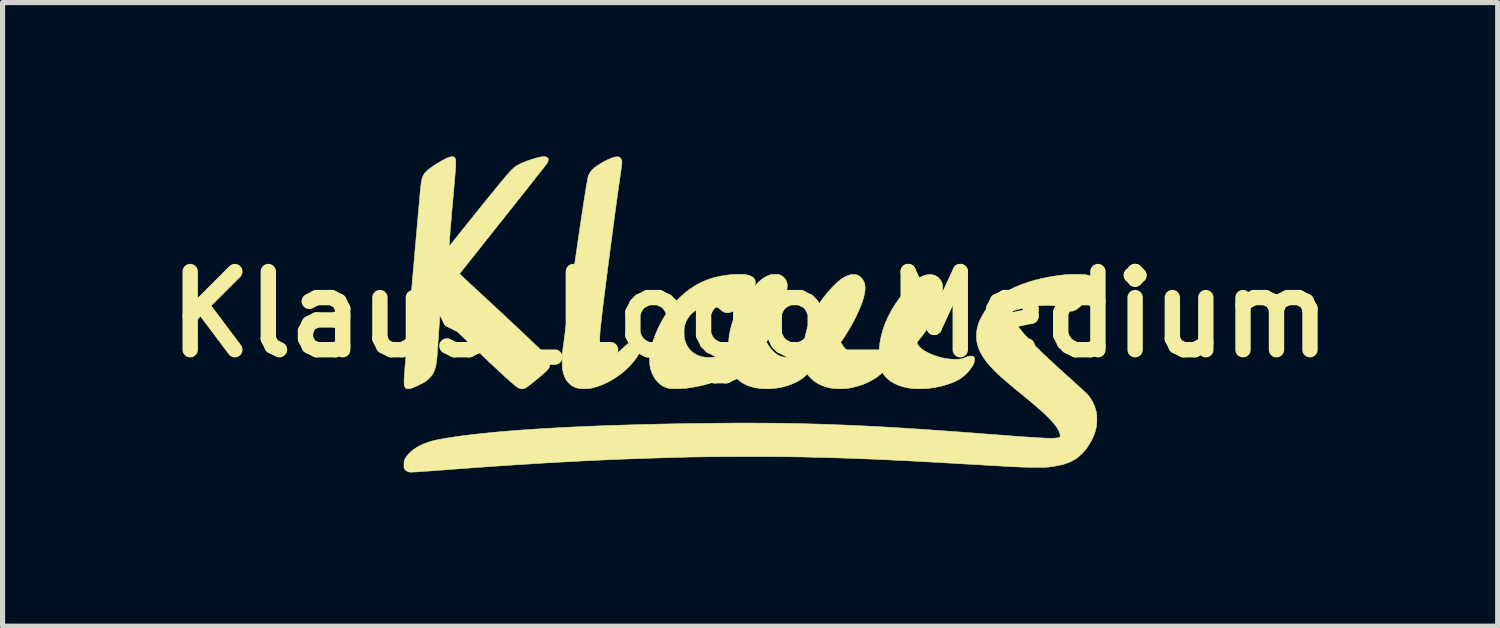
<source format=kicad_pcb>
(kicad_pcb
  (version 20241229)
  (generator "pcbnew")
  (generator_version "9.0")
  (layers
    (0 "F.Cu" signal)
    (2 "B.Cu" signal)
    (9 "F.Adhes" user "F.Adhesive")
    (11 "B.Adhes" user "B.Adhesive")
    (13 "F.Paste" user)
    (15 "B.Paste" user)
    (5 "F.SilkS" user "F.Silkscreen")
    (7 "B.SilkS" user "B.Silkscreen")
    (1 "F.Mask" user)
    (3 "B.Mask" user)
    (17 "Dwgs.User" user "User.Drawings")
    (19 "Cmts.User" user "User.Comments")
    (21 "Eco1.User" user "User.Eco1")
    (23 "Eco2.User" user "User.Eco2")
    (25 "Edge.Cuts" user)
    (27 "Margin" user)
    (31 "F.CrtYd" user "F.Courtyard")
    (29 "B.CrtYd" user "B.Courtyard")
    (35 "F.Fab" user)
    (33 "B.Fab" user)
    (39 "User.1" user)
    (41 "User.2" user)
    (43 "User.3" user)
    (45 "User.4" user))
  (footprint "Klaus_Logo_Medium"
    (layer "F.Cu")
    (at 11.582 3.082)
    (property "Reference" "Klaus_Logo_Medium" (at 0 0 0) (layer "F.SilkS") (effects (font (size 1.524 1.524) (thickness 0.3))))
    (attr through_hole)
    (fp_poly (pts (xy -2.567 -3.072) (xy -2.555 -3.068) (xy -2.536 -3.056) (xy -2.519 -3.037) (xy -2.507 -3.014) (xy -2.504 -3.006) (xy -2.502 -2.997) (xy -2.501 -2.986) (xy -2.5 -2.972) (xy -2.501 -2.955) (xy -2.503 -2.934) (xy -2.505 -2.907) (xy -2.51 -2.874) (xy -2.515 -2.834) (xy -2.522 -2.785) (xy -2.529 -2.736) (xy -2.542 -2.647) (xy -2.556 -2.551) (xy -2.57 -2.448) (xy -2.585 -2.339) (xy -2.601 -2.226) (xy -2.617 -2.107) (xy -2.634 -1.985) (xy -2.651 -1.86) (xy -2.668 -1.731) (xy -2.685 -1.601) (xy -2.702 -1.47) (xy -2.72 -1.338) (xy -2.737 -1.206) (xy -2.754 -1.075) (xy -2.771 -0.945) (xy -2.787 -0.817) (xy -2.803 -0.692) (xy -2.819 -0.57) (xy -2.834 -0.452) (xy -2.848 -0.339) (xy -2.861 -0.231) (xy -2.874 -0.128) (xy -2.885 -0.033) (xy -2.895 0.055) (xy -2.905 0.136) (xy -2.913 0.208) (xy -2.92 0.27) (xy -2.922 0.287) (xy -2.928 0.362) (xy -2.932 0.43) (xy -2.933 0.493) (xy -2.931 0.548) (xy -2.926 0.595) (xy -2.922 0.616) (xy -2.907 0.671) (xy -2.888 0.716) (xy -2.863 0.753) (xy -2.834 0.782) (xy -2.799 0.802) (xy -2.774 0.811) (xy -2.754 0.816) (xy -2.737 0.817) (xy -2.718 0.815) (xy -2.711 0.814) (xy -2.692 0.809) (xy -2.674 0.804) (xy -2.655 0.796) (xy -2.636 0.785) (xy -2.614 0.771) (xy -2.59 0.753) (xy -2.562 0.731) (xy -2.529 0.703) (xy -2.491 0.669) (xy -2.455 0.636) (xy -2.411 0.597) (xy -2.373 0.563) (xy -2.341 0.536) (xy -2.315 0.513) (xy -2.292 0.494) (xy -2.272 0.48) (xy -2.256 0.468) (xy -2.24 0.458) (xy -2.227 0.453) (xy -2.213 0.45) (xy -2.194 0.45) (xy -2.192 0.45) (xy -2.164 0.452) (xy -2.143 0.459) (xy -2.127 0.473) (xy -2.113 0.496) (xy -2.112 0.497) (xy -2.104 0.523) (xy -2.1 0.555) (xy -2.101 0.591) (xy -2.107 0.628) (xy -2.115 0.657) (xy -2.139 0.716) (xy -2.172 0.777) (xy -2.213 0.841) (xy -2.262 0.907) (xy -2.317 0.973) (xy -2.379 1.038) (xy -2.38 1.039) (xy -2.453 1.107) (xy -2.532 1.171) (xy -2.616 1.23) (xy -2.703 1.284) (xy -2.793 1.332) (xy -2.883 1.373) (xy -2.973 1.406) (xy -3.06 1.431) (xy -3.093 1.438) (xy -3.128 1.444) (xy -3.168 1.448) (xy -3.211 1.45) (xy -3.252 1.451) (xy -3.291 1.45) (xy -3.323 1.448) (xy -3.336 1.446) (xy -3.393 1.431) (xy -3.444 1.411) (xy -3.489 1.383) (xy -3.53 1.347) (xy -3.531 1.346) (xy -3.566 1.307) (xy -3.595 1.264) (xy -3.619 1.216) (xy -3.638 1.161) (xy -3.653 1.101) (xy -3.657 1.084) (xy -3.66 1.069) (xy -3.662 1.052) (xy -3.663 1.034) (xy -3.664 1.011) (xy -3.665 0.983) (xy -3.665 0.948) (xy -3.665 0.912) (xy -3.665 0.775) (xy -3.633 0.538) (xy -3.613 0.387) (xy -3.592 0.235) (xy -3.571 0.084) (xy -3.55 -0.068) (xy -3.529 -0.218) (xy -3.509 -0.368) (xy -3.488 -0.516) (xy -3.467 -0.662) (xy -3.447 -0.806) (xy -3.427 -0.947) (xy -3.407 -1.086) (xy -3.387 -1.221) (xy -3.368 -1.353) (xy -3.35 -1.481) (xy -3.331 -1.605) (xy -3.314 -1.723) (xy -3.297 -1.837) (xy -3.281 -1.946) (xy -3.265 -2.049) (xy -3.25 -2.145) (xy -3.236 -2.236) (xy -3.223 -2.319) (xy -3.211 -2.396) (xy -3.2 -2.465) (xy -3.189 -2.526) (xy -3.18 -2.579) (xy -3.172 -2.623) (xy -3.165 -2.659) (xy -3.16 -2.685) (xy -3.155 -2.701) (xy -3.154 -2.705) (xy -3.133 -2.75) (xy -3.102 -2.794) (xy -3.062 -2.836) (xy -3.036 -2.86) (xy -2.98 -2.901) (xy -2.917 -2.942) (xy -2.846 -2.982) (xy -2.771 -3.019) (xy -2.708 -3.046) (xy -2.666 -3.061) (xy -2.627 -3.07) (xy -2.594 -3.074) (xy -2.567 -3.072)) (stroke (width 0.01) (type solid)) (fill yes) (layer "F.SilkS"))
    (fp_poly (pts (xy -5.785 -3.073) (xy -5.769 -3.063) (xy -5.764 -3.058) (xy -5.758 -3.05) (xy -5.753 -3.042) (xy -5.749 -3.032) (xy -5.746 -3.019) (xy -5.743 -3.004) (xy -5.742 -2.985) (xy -5.741 -2.963) (xy -5.742 -2.935) (xy -5.743 -2.902) (xy -5.745 -2.863) (xy -5.748 -2.817) (xy -5.752 -2.763) (xy -5.757 -2.702) (xy -5.763 -2.632) (xy -5.77 -2.552) (xy -5.771 -2.54) (xy -5.773 -2.513) (xy -5.776 -2.477) (xy -5.78 -2.433) (xy -5.785 -2.384) (xy -5.789 -2.329) (xy -5.794 -2.272) (xy -5.8 -2.212) (xy -5.805 -2.152) (xy -5.809 -2.106) (xy -5.819 -1.995) (xy -5.827 -1.895) (xy -5.835 -1.803) (xy -5.842 -1.721) (xy -5.848 -1.648) (xy -5.853 -1.584) (xy -5.857 -1.527) (xy -5.861 -1.479) (xy -5.863 -1.438) (xy -5.865 -1.404) (xy -5.867 -1.377) (xy -5.867 -1.357) (xy -5.867 -1.343) (xy -5.866 -1.335) (xy -5.864 -1.333) (xy -5.864 -1.333) (xy -5.86 -1.338) (xy -5.85 -1.35) (xy -5.835 -1.369) (xy -5.815 -1.394) (xy -5.79 -1.425) (xy -5.762 -1.461) (xy -5.729 -1.501) (xy -5.694 -1.546) (xy -5.656 -1.593) (xy -5.615 -1.644) (xy -5.573 -1.697) (xy -5.567 -1.704) (xy -5.478 -1.816) (xy -5.392 -1.923) (xy -5.309 -2.026) (xy -5.23 -2.124) (xy -5.155 -2.217) (xy -5.084 -2.304) (xy -5.017 -2.386) (xy -4.955 -2.462) (xy -4.898 -2.532) (xy -4.846 -2.595) (xy -4.799 -2.651) (xy -4.758 -2.699) (xy -4.725 -2.738) (xy -4.685 -2.783) (xy -4.649 -2.821) (xy -4.614 -2.853) (xy -4.58 -2.881) (xy -4.543 -2.905) (xy -4.503 -2.927) (xy -4.457 -2.949) (xy -4.404 -2.971) (xy -4.387 -2.978) (xy -4.342 -2.995) (xy -4.295 -3.011) (xy -4.246 -3.027) (xy -4.197 -3.042) (xy -4.151 -3.054) (xy -4.108 -3.065) (xy -4.072 -3.072) (xy -4.044 -3.076) (xy -4.007 -3.077) (xy -3.977 -3.069) (xy -3.953 -3.055) (xy -3.951 -3.052) (xy -3.942 -3.043) (xy -3.938 -3.034) (xy -3.937 -3.022) (xy -3.938 -3.008) (xy -3.945 -2.975) (xy -3.954 -2.955) (xy -3.958 -2.949) (xy -3.969 -2.936) (xy -3.985 -2.915) (xy -4.006 -2.887) (xy -4.033 -2.852) (xy -4.065 -2.812) (xy -4.102 -2.765) (xy -4.143 -2.713) (xy -4.189 -2.655) (xy -4.238 -2.593) (xy -4.291 -2.526) (xy -4.347 -2.454) (xy -4.407 -2.379) (xy -4.469 -2.3) (xy -4.535 -2.218) (xy -4.602 -2.133) (xy -4.672 -2.045) (xy -4.743 -1.955) (xy -4.814 -1.866) (xy -4.887 -1.774) (xy -4.958 -1.685) (xy -5.027 -1.598) (xy -5.094 -1.513) (xy -5.159 -1.432) (xy -5.221 -1.354) (xy -5.28 -1.279) (xy -5.336 -1.209) (xy -5.388 -1.143) (xy -5.437 -1.082) (xy -5.482 -1.025) (xy -5.522 -0.974) (xy -5.558 -0.929) (xy -5.589 -0.89) (xy -5.616 -0.857) (xy -5.636 -0.83) (xy -5.652 -0.811) (xy -5.661 -0.799) (xy -5.665 -0.794) (xy -5.665 -0.794) (xy -5.663 -0.79) (xy -5.653 -0.779) (xy -5.637 -0.762) (xy -5.613 -0.739) (xy -5.582 -0.709) (xy -5.543 -0.673) (xy -5.497 -0.63) (xy -5.445 -0.581) (xy -5.317 -0.463) (xy -5.193 -0.349) (xy -5.075 -0.239) (xy -4.961 -0.134) (xy -4.853 -0.033) (xy -4.75 0.064) (xy -4.652 0.155) (xy -4.56 0.241) (xy -4.473 0.323) (xy -4.392 0.399) (xy -4.317 0.47) (xy -4.249 0.535) (xy -4.186 0.595) (xy -4.13 0.648) (xy -4.081 0.696) (xy -4.038 0.738) (xy -4.002 0.774) (xy -3.973 0.803) (xy -3.952 0.826) (xy -3.937 0.842) (xy -3.934 0.846) (xy -3.921 0.87) (xy -3.912 0.9) (xy -3.908 0.934) (xy -3.907 0.97) (xy -3.911 1.004) (xy -3.92 1.035) (xy -3.923 1.043) (xy -3.932 1.058) (xy -3.946 1.076) (xy -3.965 1.096) (xy -3.99 1.121) (xy -4.02 1.149) (xy -4.057 1.181) (xy -4.101 1.218) (xy -4.153 1.261) (xy -4.184 1.285) (xy -4.226 1.32) (xy -4.262 1.349) (xy -4.292 1.372) (xy -4.317 1.391) (xy -4.336 1.406) (xy -4.353 1.418) (xy -4.366 1.426) (xy -4.377 1.433) (xy -4.387 1.438) (xy -4.397 1.442) (xy -4.4 1.444) (xy -4.435 1.452) (xy -4.469 1.452) (xy -4.505 1.442) (xy -4.541 1.422) (xy -4.576 1.396) (xy -4.591 1.382) (xy -4.612 1.365) (xy -4.636 1.344) (xy -4.66 1.324) (xy -4.664 1.32) (xy -4.691 1.298) (xy -4.723 1.268) (xy -4.763 1.233) (xy -4.81 1.19) (xy -4.863 1.141) (xy -4.923 1.085) (xy -4.99 1.022) (xy -5.064 0.952) (xy -5.145 0.876) (xy -5.233 0.792) (xy -5.329 0.702) (xy -5.431 0.605) (xy -5.54 0.501) (xy -5.657 0.39) (xy -5.781 0.271) (xy -5.826 0.228) (xy -5.866 0.19) (xy -5.903 0.154) (xy -5.938 0.122) (xy -5.969 0.092) (xy -5.996 0.067) (xy -6.018 0.046) (xy -6.035 0.031) (xy -6.045 0.021) (xy -6.049 0.018) (xy -6.049 0.018) (xy -6.05 0.023) (xy -6.051 0.038) (xy -6.053 0.061) (xy -6.055 0.091) (xy -6.058 0.128) (xy -6.061 0.172) (xy -6.065 0.22) (xy -6.068 0.272) (xy -6.072 0.328) (xy -6.073 0.349) (xy -6.079 0.435) (xy -6.085 0.512) (xy -6.089 0.58) (xy -6.093 0.64) (xy -6.097 0.693) (xy -6.1 0.738) (xy -6.103 0.778) (xy -6.106 0.812) (xy -6.108 0.841) (xy -6.111 0.866) (xy -6.113 0.888) (xy -6.115 0.907) (xy -6.117 0.923) (xy -6.119 0.938) (xy -6.12 0.945) (xy -6.133 1.017) (xy -6.152 1.082) (xy -6.177 1.14) (xy -6.21 1.192) (xy -6.25 1.24) (xy -6.298 1.283) (xy -6.342 1.316) (xy -6.358 1.326) (xy -6.382 1.339) (xy -6.412 1.354) (xy -6.445 1.37) (xy -6.479 1.387) (xy -6.514 1.402) (xy -6.546 1.417) (xy -6.574 1.428) (xy -6.596 1.437) (xy -6.598 1.438) (xy -6.637 1.449) (xy -6.668 1.453) (xy -6.693 1.451) (xy -6.712 1.442) (xy -6.715 1.44) (xy -6.725 1.43) (xy -6.733 1.418) (xy -6.74 1.402) (xy -6.745 1.383) (xy -6.748 1.359) (xy -6.749 1.329) (xy -6.749 1.293) (xy -6.748 1.25) (xy -6.745 1.199) (xy -6.741 1.139) (xy -6.739 1.118) (xy -6.736 1.078) (xy -6.732 1.028) (xy -6.727 0.969) (xy -6.721 0.902) (xy -6.715 0.827) (xy -6.708 0.745) (xy -6.7 0.656) (xy -6.692 0.56) (xy -6.684 0.459) (xy -6.675 0.353) (xy -6.665 0.242) (xy -6.655 0.127) (xy -6.645 0.008) (xy -6.634 -0.113) (xy -6.624 -0.237) (xy -6.613 -0.363) (xy -6.602 -0.491) (xy -6.591 -0.619) (xy -6.58 -0.747) (xy -6.568 -0.875) (xy -6.557 -1.002) (xy -6.546 -1.127) (xy -6.536 -1.251) (xy -6.525 -1.372) (xy -6.515 -1.49) (xy -6.505 -1.605) (xy -6.495 -1.715) (xy -6.485 -1.821) (xy -6.477 -1.921) (xy -6.468 -2.016) (xy -6.46 -2.104) (xy -6.453 -2.185) (xy -6.446 -2.259) (xy -6.441 -2.325) (xy -6.435 -2.382) (xy -6.431 -2.428) (xy -6.425 -2.491) (xy -6.418 -2.545) (xy -6.411 -2.591) (xy -6.403 -2.631) (xy -6.393 -2.665) (xy -6.382 -2.694) (xy -6.369 -2.721) (xy -6.353 -2.745) (xy -6.334 -2.768) (xy -6.312 -2.792) (xy -6.31 -2.794) (xy -6.281 -2.82) (xy -6.244 -2.849) (xy -6.201 -2.88) (xy -6.153 -2.913) (xy -6.101 -2.945) (xy -6.046 -2.977) (xy -5.991 -3.008) (xy -5.946 -3.031) (xy -5.901 -3.052) (xy -5.863 -3.066) (xy -5.831 -3.075) (xy -5.805 -3.077) (xy -5.785 -3.073)) (stroke (width 0.01) (type solid)) (fill yes) (layer "F.SilkS"))
    (fp_poly (pts (xy 6.412 -0.78) (xy 6.453 -0.779) (xy 6.487 -0.778) (xy 6.515 -0.777) (xy 6.54 -0.774) (xy 6.562 -0.77) (xy 6.583 -0.765) (xy 6.605 -0.759) (xy 6.63 -0.751) (xy 6.645 -0.746) (xy 6.686 -0.729) (xy 6.719 -0.711) (xy 6.743 -0.691) (xy 6.759 -0.669) (xy 6.766 -0.644) (xy 6.766 -0.615) (xy 6.757 -0.582) (xy 6.74 -0.544) (xy 6.715 -0.501) (xy 6.683 -0.452) (xy 6.628 -0.376) (xy 6.577 -0.309) (xy 6.53 -0.25) (xy 6.485 -0.2) (xy 6.444 -0.159) (xy 6.406 -0.125) (xy 6.37 -0.098) (xy 6.336 -0.079) (xy 6.304 -0.067) (xy 6.276 -0.062) (xy 6.251 -0.061) (xy 6.23 -0.063) (xy 6.211 -0.069) (xy 6.19 -0.079) (xy 6.165 -0.096) (xy 6.163 -0.096) (xy 6.127 -0.118) (xy 6.089 -0.136) (xy 6.046 -0.15) (xy 5.997 -0.161) (xy 5.942 -0.169) (xy 5.878 -0.174) (xy 5.85 -0.176) (xy 5.783 -0.177) (xy 5.71 -0.174) (xy 5.631 -0.168) (xy 5.55 -0.16) (xy 5.467 -0.148) (xy 5.386 -0.134) (xy 5.307 -0.118) (xy 5.235 -0.1) (xy 5.214 -0.094) (xy 5.181 -0.085) (xy 5.156 -0.077) (xy 5.139 -0.071) (xy 5.127 -0.065) (xy 5.12 -0.06) (xy 5.116 -0.053) (xy 5.114 -0.046) (xy 5.114 -0.046) (xy 5.111 -0.014) (xy 5.115 0.02) (xy 5.126 0.058) (xy 5.144 0.1) (xy 5.17 0.147) (xy 5.202 0.197) (xy 5.237 0.248) (xy 5.279 0.302) (xy 5.325 0.359) (xy 5.378 0.42) (xy 5.437 0.485) (xy 5.502 0.554) (xy 5.574 0.627) (xy 5.653 0.705) (xy 5.739 0.789) (xy 5.833 0.877) (xy 5.934 0.97) (xy 6.042 1.07) (xy 6.104 1.125) (xy 6.174 1.188) (xy 6.237 1.245) (xy 6.293 1.296) (xy 6.343 1.341) (xy 6.388 1.381) (xy 6.426 1.416) (xy 6.46 1.448) (xy 6.49 1.475) (xy 6.515 1.499) (xy 6.537 1.519) (xy 6.555 1.537) (xy 6.571 1.553) (xy 6.584 1.567) (xy 6.595 1.579) (xy 6.605 1.591) (xy 6.614 1.602) (xy 6.622 1.612) (xy 6.63 1.623) (xy 6.631 1.625) (xy 6.673 1.691) (xy 6.709 1.764) (xy 6.737 1.842) (xy 6.755 1.91) (xy 6.759 1.941) (xy 6.763 1.98) (xy 6.764 2.023) (xy 6.764 2.069) (xy 6.763 2.114) (xy 6.76 2.156) (xy 6.755 2.193) (xy 6.752 2.209) (xy 6.732 2.288) (xy 6.704 2.365) (xy 6.67 2.441) (xy 6.627 2.518) (xy 6.576 2.597) (xy 6.568 2.609) (xy 6.542 2.642) (xy 6.511 2.678) (xy 6.475 2.715) (xy 6.439 2.75) (xy 6.403 2.782) (xy 6.369 2.808) (xy 6.357 2.816) (xy 6.292 2.855) (xy 6.221 2.888) (xy 6.144 2.916) (xy 6.06 2.939) (xy 5.967 2.957) (xy 5.959 2.958) (xy 5.92 2.965) (xy 5.887 2.97) (xy 5.858 2.974) (xy 5.832 2.977) (xy 5.807 2.98) (xy 5.782 2.982) (xy 5.755 2.983) (xy 5.724 2.984) (xy 5.688 2.984) (xy 5.645 2.984) (xy 5.594 2.984) (xy 5.58 2.984) (xy 5.547 2.984) (xy 5.515 2.984) (xy 5.483 2.984) (xy 5.452 2.983) (xy 5.421 2.983) (xy 5.389 2.982) (xy 5.356 2.981) (xy 5.321 2.98) (xy 5.283 2.979) (xy 5.243 2.977) (xy 5.199 2.975) (xy 5.151 2.973) (xy 5.098 2.97) (xy 5.04 2.967) (xy 4.977 2.964) (xy 4.907 2.96) (xy 4.83 2.955) (xy 4.746 2.951) (xy 4.655 2.945) (xy 4.554 2.94) (xy 4.445 2.933) (xy 4.326 2.926) (xy 4.321 2.926) (xy 4.107 2.914) (xy 3.903 2.902) (xy 3.708 2.891) (xy 3.521 2.881) (xy 3.342 2.871) (xy 3.17 2.862) (xy 3.004 2.853) (xy 2.844 2.846) (xy 2.689 2.838) (xy 2.539 2.831) (xy 2.393 2.825) (xy 2.25 2.819) (xy 2.11 2.814) (xy 1.972 2.809) (xy 1.835 2.804) (xy 1.7 2.8) (xy 1.564 2.796) (xy 1.429 2.792) (xy 1.292 2.789) (xy 1.153 2.785) (xy 1.013 2.782) (xy 0.869 2.78) (xy 0.782 2.778) (xy 0.726 2.777) (xy 0.661 2.777) (xy 0.589 2.776) (xy 0.509 2.776) (xy 0.423 2.775) (xy 0.332 2.775) (xy 0.237 2.775) (xy 0.138 2.775) (xy 0.036 2.775) (xy -0.067 2.775) (xy -0.172 2.775) (xy -0.276 2.775) (xy -0.379 2.776) (xy -0.481 2.776) (xy -0.58 2.777) (xy -0.675 2.777) (xy -0.766 2.778) (xy -0.851 2.779) (xy -0.931 2.78) (xy -1.003 2.781) (xy -1.067 2.782) (xy -1.123 2.783) (xy -1.148 2.783) (xy -1.374 2.789) (xy -1.595 2.795) (xy -1.811 2.802) (xy -2.023 2.808) (xy -2.231 2.816) (xy -2.437 2.823) (xy -2.642 2.831) (xy -2.845 2.84) (xy -3.049 2.849) (xy -3.252 2.859) (xy -3.458 2.87) (xy -3.665 2.881) (xy -3.875 2.893) (xy -4.088 2.905) (xy -4.306 2.919) (xy -4.529 2.933) (xy -4.758 2.948) (xy -4.994 2.964) (xy -5.237 2.981) (xy -5.488 2.999) (xy -5.748 3.018) (xy -5.908 3.03) (xy -6.007 3.038) (xy -6.097 3.044) (xy -6.178 3.05) (xy -6.25 3.056) (xy -6.314 3.06) (xy -6.37 3.064) (xy -6.419 3.068) (xy -6.462 3.071) (xy -6.499 3.073) (xy -6.531 3.075) (xy -6.557 3.076) (xy -6.579 3.077) (xy -6.598 3.078) (xy -6.612 3.078) (xy -6.624 3.078) (xy -6.634 3.078) (xy -6.641 3.077) (xy -6.648 3.076) (xy -6.652 3.075) (xy -6.688 3.063) (xy -6.717 3.043) (xy -6.737 3.021) (xy -6.743 3.012) (xy -6.747 3.004) (xy -6.749 2.995) (xy -6.751 2.982) (xy -6.751 2.964) (xy -6.751 2.937) (xy -6.751 2.936) (xy -6.751 2.901) (xy -6.748 2.873) (xy -6.743 2.85) (xy -6.734 2.827) (xy -6.72 2.802) (xy -6.703 2.776) (xy -6.664 2.726) (xy -6.617 2.679) (xy -6.561 2.634) (xy -6.497 2.592) (xy -6.427 2.554) (xy -6.351 2.52) (xy -6.269 2.491) (xy -6.253 2.486) (xy -6.22 2.476) (xy -6.188 2.467) (xy -6.157 2.46) (xy -6.123 2.452) (xy -6.085 2.444) (xy -6.04 2.436) (xy -6.013 2.431) (xy -5.879 2.408) (xy -5.735 2.386) (xy -5.581 2.365) (xy -5.416 2.345) (xy -5.242 2.326) (xy -5.058 2.307) (xy -4.865 2.289) (xy -4.662 2.272) (xy -4.449 2.256) (xy -4.226 2.241) (xy -3.994 2.226) (xy -3.753 2.213) (xy -3.503 2.2) (xy -3.243 2.188) (xy -2.974 2.177) (xy -2.696 2.167) (xy -2.408 2.158) (xy -2.112 2.15) (xy -2.078 2.149) (xy -1.761 2.141) (xy -1.451 2.135) (xy -1.148 2.13) (xy -0.853 2.126) (xy -0.565 2.123) (xy -0.286 2.121) (xy -0.014 2.121) (xy 0.248 2.122) (xy 0.502 2.124) (xy 0.747 2.127) (xy 0.982 2.132) (xy 1.208 2.138) (xy 1.242 2.139) (xy 1.391 2.143) (xy 1.539 2.148) (xy 1.685 2.154) (xy 1.83 2.159) (xy 1.974 2.165) (xy 2.12 2.172) (xy 2.266 2.179) (xy 2.414 2.186) (xy 2.564 2.194) (xy 2.717 2.203) (xy 2.873 2.212) (xy 3.034 2.222) (xy 3.199 2.233) (xy 3.37 2.244) (xy 3.546 2.256) (xy 3.729 2.269) (xy 3.919 2.282) (xy 4.117 2.297) (xy 4.324 2.312) (xy 4.539 2.329) (xy 4.709 2.342) (xy 4.842 2.352) (xy 4.964 2.361) (xy 5.078 2.37) (xy 5.182 2.378) (xy 5.279 2.385) (xy 5.367 2.391) (xy 5.447 2.396) (xy 5.52 2.401) (xy 5.586 2.405) (xy 5.646 2.409) (xy 5.7 2.411) (xy 5.748 2.414) (xy 5.79 2.415) (xy 5.828 2.416) (xy 5.862 2.417) (xy 5.891 2.417) (xy 5.917 2.416) (xy 5.94 2.415) (xy 5.958 2.414) (xy 5.99 2.411) (xy 6.013 2.407) (xy 6.03 2.403) (xy 6.04 2.397) (xy 6.046 2.389) (xy 6.048 2.378) (xy 6.049 2.369) (xy 6.047 2.337) (xy 6.036 2.3) (xy 6.017 2.26) (xy 5.991 2.215) (xy 5.957 2.168) (xy 5.944 2.151) (xy 5.916 2.118) (xy 5.886 2.083) (xy 5.853 2.048) (xy 5.817 2.01) (xy 5.777 1.971) (xy 5.732 1.929) (xy 5.683 1.884) (xy 5.628 1.836) (xy 5.568 1.784) (xy 5.501 1.727) (xy 5.428 1.666) (xy 5.347 1.599) (xy 5.296 1.557) (xy 5.218 1.493) (xy 5.148 1.435) (xy 5.085 1.383) (xy 5.028 1.334) (xy 4.976 1.29) (xy 4.93 1.25) (xy 4.887 1.212) (xy 4.849 1.177) (xy 4.813 1.144) (xy 4.781 1.112) (xy 4.764 1.096) (xy 4.689 1.017) (xy 4.624 0.94) (xy 4.568 0.866) (xy 4.521 0.792) (xy 4.483 0.719) (xy 4.453 0.646) (xy 4.432 0.574) (xy 4.422 0.518) (xy 4.415 0.444) (xy 4.418 0.366) (xy 4.428 0.287) (xy 4.447 0.209) (xy 4.455 0.183) (xy 4.47 0.143) (xy 4.491 0.097) (xy 4.517 0.048) (xy 4.545 -0.003) (xy 4.575 -0.052) (xy 4.605 -0.098) (xy 4.635 -0.139) (xy 4.646 -0.152) (xy 4.712 -0.226) (xy 4.787 -0.295) (xy 4.871 -0.36) (xy 4.964 -0.422) (xy 5.065 -0.479) (xy 5.173 -0.532) (xy 5.29 -0.58) (xy 5.414 -0.624) (xy 5.545 -0.664) (xy 5.683 -0.698) (xy 5.827 -0.728) (xy 5.977 -0.752) (xy 6.121 -0.77) (xy 6.156 -0.774) (xy 6.192 -0.776) (xy 6.233 -0.778) (xy 6.279 -0.779) (xy 6.333 -0.78) (xy 6.363 -0.78) (xy 6.412 -0.78)) (stroke (width 0.01) (type solid)) (fill yes) (layer "F.SilkS"))
    (fp_poly (pts (xy -0.131 -0.779) (xy -0.079 -0.773) (xy -0.034 -0.764) (xy 0.004 -0.752) (xy 0.037 -0.735) (xy 0.064 -0.715) (xy 0.086 -0.69) (xy 0.099 -0.659) (xy 0.104 -0.625) (xy 0.1 -0.589) (xy 0.092 -0.564) (xy 0.081 -0.536) (xy 0.098 -0.556) (xy 0.148 -0.613) (xy 0.203 -0.663) (xy 0.26 -0.706) (xy 0.32 -0.741) (xy 0.38 -0.766) (xy 0.384 -0.768) (xy 0.4 -0.773) (xy 0.415 -0.776) (xy 0.432 -0.778) (xy 0.453 -0.779) (xy 0.481 -0.78) (xy 0.49 -0.78) (xy 0.562 -0.78) (xy 0.6 -0.761) (xy 0.641 -0.736) (xy 0.674 -0.704) (xy 0.699 -0.666) (xy 0.716 -0.623) (xy 0.725 -0.575) (xy 0.724 -0.522) (xy 0.722 -0.504) (xy 0.716 -0.478) (xy 0.708 -0.445) (xy 0.698 -0.405) (xy 0.686 -0.361) (xy 0.673 -0.314) (xy 0.659 -0.264) (xy 0.643 -0.213) (xy 0.628 -0.163) (xy 0.612 -0.113) (xy 0.6 -0.076) (xy 0.562 0.029) (xy 0.519 0.136) (xy 0.471 0.245) (xy 0.416 0.357) (xy 0.364 0.457) (xy 0.348 0.486) (xy 0.336 0.509) (xy 0.328 0.526) (xy 0.325 0.54) (xy 0.326 0.552) (xy 0.332 0.566) (xy 0.342 0.582) (xy 0.356 0.603) (xy 0.365 0.617) (xy 0.404 0.67) (xy 0.446 0.717) (xy 0.49 0.757) (xy 0.534 0.789) (xy 0.577 0.811) (xy 0.629 0.828) (xy 0.687 0.836) (xy 0.751 0.836) (xy 0.819 0.828) (xy 0.893 0.811) (xy 0.973 0.786) (xy 0.991 0.78) (xy 1.04 0.761) (xy 1.043 0.679) (xy 1.053 0.557) (xy 1.073 0.435) (xy 1.103 0.312) (xy 1.143 0.19) (xy 1.194 0.069) (xy 1.254 -0.053) (xy 1.3 -0.134) (xy 1.363 -0.232) (xy 1.434 -0.33) (xy 1.512 -0.427) (xy 1.595 -0.519) (xy 1.671 -0.596) (xy 1.725 -0.644) (xy 1.775 -0.684) (xy 1.825 -0.717) (xy 1.862 -0.737) (xy 1.9 -0.754) (xy 1.933 -0.766) (xy 1.964 -0.774) (xy 1.996 -0.777) (xy 2.027 -0.776) (xy 2.052 -0.775) (xy 2.07 -0.773) (xy 2.086 -0.768) (xy 2.103 -0.761) (xy 2.11 -0.758) (xy 2.148 -0.733) (xy 2.181 -0.701) (xy 2.208 -0.662) (xy 2.228 -0.616) (xy 2.238 -0.578) (xy 2.244 -0.532) (xy 2.243 -0.479) (xy 2.235 -0.418) (xy 2.221 -0.352) (xy 2.201 -0.279) (xy 2.174 -0.201) (xy 2.141 -0.118) (xy 2.102 -0.03) (xy 2.058 0.062) (xy 2.008 0.158) (xy 1.964 0.236) (xy 1.946 0.268) (xy 1.924 0.304) (xy 1.9 0.343) (xy 1.875 0.383) (xy 1.851 0.422) (xy 1.828 0.458) (xy 1.807 0.489) (xy 1.791 0.513) (xy 1.768 0.545) (xy 1.781 0.569) (xy 1.818 0.624) (xy 1.862 0.676) (xy 1.91 0.721) (xy 1.93 0.736) (xy 1.981 0.769) (xy 2.039 0.796) (xy 2.1 0.817) (xy 2.163 0.831) (xy 2.203 0.836) (xy 2.255 0.837) (xy 2.312 0.831) (xy 2.37 0.819) (xy 2.375 0.818) (xy 2.393 0.812) (xy 2.415 0.804) (xy 2.44 0.795) (xy 2.463 0.786) (xy 2.484 0.777) (xy 2.501 0.769) (xy 2.51 0.764) (xy 2.51 0.763) (xy 2.512 0.757) (xy 2.514 0.743) (xy 2.516 0.722) (xy 2.518 0.696) (xy 2.52 0.678) (xy 2.533 0.552) (xy 2.557 0.428) (xy 2.59 0.304) (xy 2.633 0.182) (xy 2.686 0.06) (xy 2.749 -0.061) (xy 2.785 -0.122) (xy 2.824 -0.185) (xy 2.868 -0.248) (xy 2.914 -0.313) (xy 2.962 -0.376) (xy 3.011 -0.437) (xy 3.061 -0.495) (xy 3.109 -0.548) (xy 3.156 -0.597) (xy 3.201 -0.639) (xy 3.241 -0.673) (xy 3.251 -0.681) (xy 3.306 -0.717) (xy 3.361 -0.745) (xy 3.416 -0.764) (xy 3.469 -0.775) (xy 3.52 -0.777) (xy 3.568 -0.77) (xy 3.613 -0.755) (xy 3.654 -0.731) (xy 3.683 -0.706) (xy 3.713 -0.671) (xy 3.735 -0.634) (xy 3.75 -0.592) (xy 3.757 -0.546) (xy 3.757 -0.494) (xy 3.751 -0.437) (xy 3.737 -0.373) (xy 3.734 -0.361) (xy 3.69 -0.214) (xy 3.639 -0.074) (xy 3.579 0.06) (xy 3.512 0.188) (xy 3.437 0.309) (xy 3.354 0.424) (xy 3.294 0.497) (xy 3.279 0.515) (xy 3.267 0.532) (xy 3.259 0.545) (xy 3.256 0.551) (xy 3.261 0.57) (xy 3.272 0.593) (xy 3.29 0.618) (xy 3.308 0.638) (xy 3.348 0.674) (xy 3.396 0.708) (xy 3.452 0.74) (xy 3.514 0.77) (xy 3.581 0.797) (xy 3.651 0.821) (xy 3.724 0.842) (xy 3.797 0.858) (xy 3.871 0.869) (xy 3.942 0.876) (xy 4.011 0.877) (xy 4.021 0.877) (xy 4.062 0.875) (xy 4.096 0.872) (xy 4.126 0.866) (xy 4.155 0.859) (xy 4.185 0.848) (xy 4.21 0.837) (xy 4.238 0.826) (xy 4.262 0.819) (xy 4.283 0.815) (xy 4.296 0.814) (xy 4.328 0.814) (xy 4.351 0.819) (xy 4.366 0.83) (xy 4.375 0.848) (xy 4.378 0.874) (xy 4.378 0.894) (xy 4.376 0.916) (xy 4.372 0.934) (xy 4.365 0.953) (xy 4.355 0.976) (xy 4.325 1.028) (xy 4.288 1.08) (xy 4.244 1.132) (xy 4.195 1.18) (xy 4.143 1.224) (xy 4.089 1.261) (xy 4.079 1.267) (xy 4.01 1.304) (xy 3.933 1.337) (xy 3.847 1.367) (xy 3.756 1.394) (xy 3.659 1.416) (xy 3.557 1.434) (xy 3.508 1.441) (xy 3.474 1.444) (xy 3.434 1.447) (xy 3.389 1.449) (xy 3.341 1.45) (xy 3.293 1.45) (xy 3.246 1.45) (xy 3.204 1.449) (xy 3.167 1.446) (xy 3.139 1.444) (xy 3.046 1.428) (xy 2.96 1.406) (xy 2.88 1.378) (xy 2.808 1.344) (xy 2.743 1.305) (xy 2.686 1.261) (xy 2.637 1.212) (xy 2.604 1.167) (xy 2.594 1.153) (xy 2.586 1.142) (xy 2.582 1.138) (xy 2.582 1.138) (xy 2.578 1.141) (xy 2.567 1.149) (xy 2.552 1.162) (xy 2.536 1.175) (xy 2.505 1.2) (xy 2.479 1.221) (xy 2.453 1.239) (xy 2.424 1.257) (xy 2.39 1.278) (xy 2.387 1.279) (xy 2.297 1.327) (xy 2.199 1.368) (xy 2.097 1.401) (xy 1.99 1.428) (xy 1.918 1.441) (xy 1.877 1.446) (xy 1.829 1.449) (xy 1.777 1.45) (xy 1.724 1.45) (xy 1.672 1.448) (xy 1.624 1.445) (xy 1.583 1.44) (xy 1.573 1.438) (xy 1.493 1.42) (xy 1.417 1.394) (xy 1.345 1.362) (xy 1.28 1.323) (xy 1.222 1.279) (xy 1.207 1.266) (xy 1.185 1.244) (xy 1.162 1.221) (xy 1.142 1.198) (xy 1.127 1.179) (xy 1.125 1.177) (xy 1.114 1.162) (xy 1.087 1.191) (xy 1.045 1.23) (xy 0.994 1.267) (xy 0.936 1.303) (xy 0.872 1.335) (xy 0.803 1.365) (xy 0.73 1.391) (xy 0.655 1.412) (xy 0.625 1.419) (xy 0.564 1.431) (xy 0.509 1.44) (xy 0.453 1.446) (xy 0.394 1.45) (xy 0.368 1.451) (xy 0.269 1.451) (xy 0.175 1.443) (xy 0.087 1.429) (xy 0.005 1.407) (xy -0.071 1.378) (xy -0.141 1.343) (xy -0.203 1.3) (xy -0.257 1.253) (xy -0.276 1.232) (xy -0.295 1.21) (xy -0.313 1.187) (xy -0.328 1.167) (xy -0.338 1.15) (xy -0.341 1.143) (xy -0.346 1.143) (xy -0.358 1.148) (xy -0.374 1.158) (xy -0.391 1.168) (xy -0.424 1.188) (xy -0.463 1.21) (xy -0.508 1.233) (xy -0.554 1.256) (xy -0.601 1.277) (xy -0.646 1.296) (xy -0.682 1.311) (xy -0.801 1.35) (xy -0.927 1.384) (xy -1.058 1.412) (xy -1.194 1.434) (xy -1.242 1.44) (xy -1.276 1.444) (xy -1.315 1.446) (xy -1.357 1.448) (xy -1.4 1.45) (xy -1.442 1.451) (xy -1.482 1.451) (xy -1.518 1.45) (xy -1.549 1.449) (xy -1.572 1.447) (xy -1.58 1.446) (xy -1.64 1.428) (xy -1.698 1.401) (xy -1.751 1.365) (xy -1.799 1.322) (xy -1.843 1.271) (xy -1.88 1.213) (xy -1.912 1.149) (xy -1.937 1.08) (xy -1.944 1.054) (xy -1.952 1.012) (xy -1.958 0.963) (xy -1.96 0.91) (xy -1.96 0.857) (xy -1.957 0.807) (xy -1.954 0.784) (xy -1.947 0.747) (xy -1.938 0.703) (xy -1.928 0.656) (xy -1.915 0.607) (xy -1.902 0.559) (xy -1.89 0.516) (xy -1.887 0.507) (xy -1.843 0.383) (xy -1.829 0.351) (xy -1.288 0.351) (xy -1.287 0.388) (xy -1.286 0.419) (xy -1.285 0.443) (xy -1.282 0.464) (xy -1.278 0.48) (xy -1.259 0.546) (xy -1.232 0.606) (xy -1.209 0.645) (xy -1.168 0.696) (xy -1.121 0.74) (xy -1.068 0.776) (xy -1.009 0.805) (xy -0.945 0.825) (xy -0.875 0.838) (xy -0.801 0.842) (xy -0.722 0.838) (xy -0.717 0.838) (xy -0.683 0.833) (xy -0.644 0.827) (xy -0.603 0.818) (xy -0.561 0.809) (xy -0.522 0.799) (xy -0.486 0.789) (xy -0.456 0.78) (xy -0.435 0.772) (xy -0.423 0.766) (xy -0.42 0.628) (xy -0.419 0.577) (xy -0.417 0.534) (xy -0.415 0.498) (xy -0.412 0.466) (xy -0.409 0.436) (xy -0.407 0.419) (xy -0.387 0.31) (xy -0.361 0.206) (xy -0.328 0.107) (xy -0.288 0.008) (xy -0.25 -0.073) (xy -0.237 -0.101) (xy -0.227 -0.12) (xy -0.222 -0.133) (xy -0.219 -0.139) (xy -0.221 -0.141) (xy -0.224 -0.139) (xy -0.23 -0.135) (xy -0.276 -0.099) (xy -0.317 -0.071) (xy -0.355 -0.051) (xy -0.391 -0.038) (xy -0.424 -0.032) (xy -0.457 -0.032) (xy -0.459 -0.032) (xy -0.49 -0.038) (xy -0.52 -0.051) (xy -0.55 -0.07) (xy -0.582 -0.097) (xy -0.606 -0.117) (xy -0.629 -0.132) (xy -0.653 -0.142) (xy -0.68 -0.149) (xy -0.714 -0.154) (xy -0.749 -0.156) (xy -0.825 -0.155) (xy -0.897 -0.144) (xy -0.965 -0.125) (xy -1.028 -0.097) (xy -1.086 -0.061) (xy -1.138 -0.017) (xy -1.184 0.034) (xy -1.224 0.093) (xy -1.245 0.134) (xy -1.26 0.168) (xy -1.271 0.2) (xy -1.279 0.231) (xy -1.284 0.265) (xy -1.287 0.303) (xy -1.288 0.349) (xy -1.288 0.351) (xy -1.829 0.351) (xy -1.791 0.263) (xy -1.732 0.148) (xy -1.667 0.037) (xy -1.595 -0.069) (xy -1.518 -0.169) (xy -1.435 -0.263) (xy -1.348 -0.35) (xy -1.256 -0.43) (xy -1.16 -0.502) (xy -1.061 -0.566) (xy -0.959 -0.621) (xy -0.854 -0.667) (xy -0.776 -0.695) (xy -0.681 -0.722) (xy -0.579 -0.745) (xy -0.473 -0.762) (xy -0.367 -0.775) (xy -0.263 -0.781) (xy -0.26 -0.781) (xy -0.191 -0.781) (xy -0.131 -0.779)) (stroke (width 0.01) (type solid)) (fill yes) (layer "F.SilkS")))
  (gr_rect
    (start -3 -3)
    (end 26.165 9.165)
    (stroke (width 0.1) (type default))
    (fill no)
    (layer "Edge.Cuts")))
</source>
